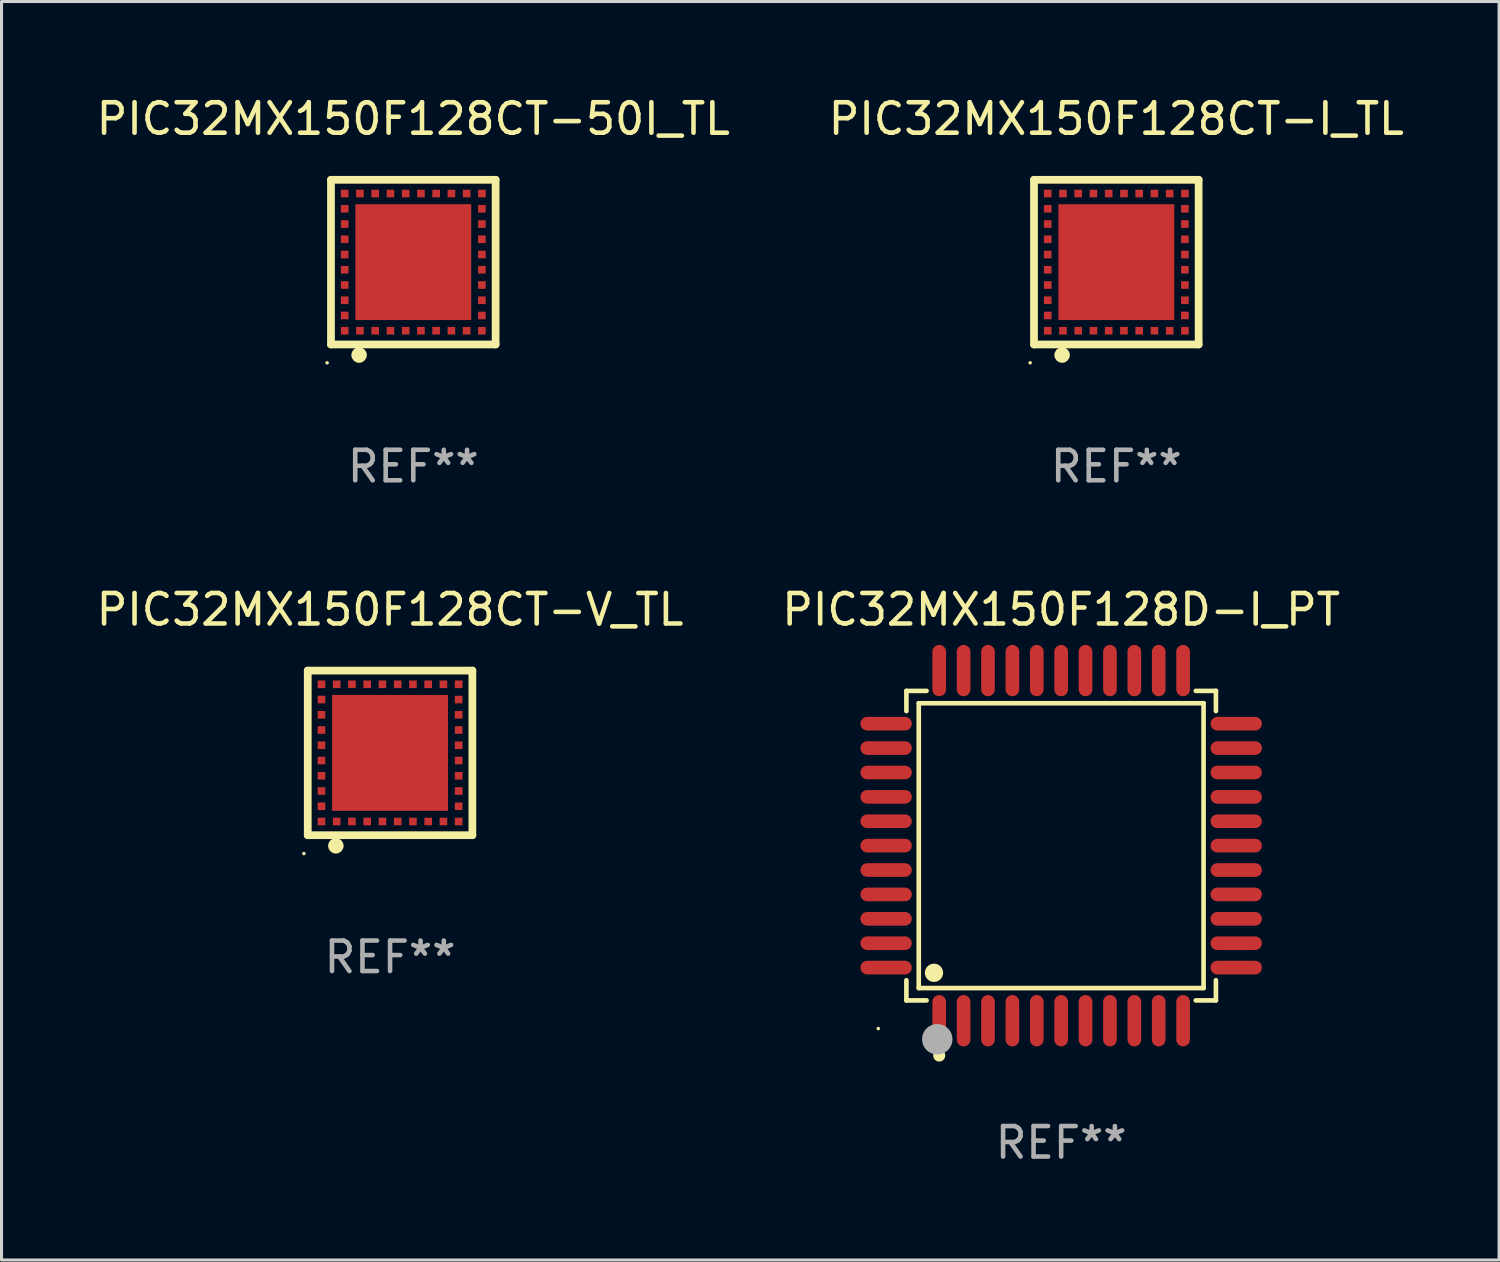
<source format=kicad_pcb>
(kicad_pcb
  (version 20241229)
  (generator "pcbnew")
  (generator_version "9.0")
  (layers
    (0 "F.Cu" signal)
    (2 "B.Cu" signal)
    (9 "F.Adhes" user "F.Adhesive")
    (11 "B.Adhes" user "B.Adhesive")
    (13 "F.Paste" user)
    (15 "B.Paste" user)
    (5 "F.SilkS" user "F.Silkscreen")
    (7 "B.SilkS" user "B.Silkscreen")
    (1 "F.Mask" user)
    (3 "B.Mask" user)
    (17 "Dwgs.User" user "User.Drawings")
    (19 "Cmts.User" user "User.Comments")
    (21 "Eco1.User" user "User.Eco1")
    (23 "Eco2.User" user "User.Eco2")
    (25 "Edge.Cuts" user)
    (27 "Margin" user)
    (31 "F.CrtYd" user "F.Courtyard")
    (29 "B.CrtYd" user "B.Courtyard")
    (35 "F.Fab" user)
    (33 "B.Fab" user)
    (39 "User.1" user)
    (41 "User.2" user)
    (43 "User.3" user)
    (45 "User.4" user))
  (footprint "PIC32MX150F128CT-I_TL"
    (layer "F.Cu")
    (at 33.565 5.548)
    (property "Reference" "PIC32MX150F128CT-I_TL" (at 0 -4.7 0) (layer "F.SilkS") (effects (font (size 1 1) (thickness 0.15))))
    (attr through_hole)
    (fp_line (start -2.7 -2.7) (end 2.7 -2.7) (stroke (width 0.254) (type solid)) (layer "F.SilkS"))
    (fp_line (start -2.7 2.7) (end -2.7 -2.7) (stroke (width 0.254) (type solid)) (layer "F.SilkS"))
    (fp_line (start 2.7 -2.7) (end 2.7 2.7) (stroke (width 0.254) (type solid)) (layer "F.SilkS"))
    (fp_line (start 2.7 2.7) (end -2.7 2.7) (stroke (width 0.254) (type solid)) (layer "F.SilkS"))
    (fp_circle (center -2.827 3.302) (end -2.797 3.302) (stroke (width 0.06) (type solid)) (fill no) (layer "F.SilkS"))
    (fp_circle (center -1.778 3.048) (end -1.651 3.048) (stroke (width 0.254) (type solid)) (fill no) (layer "F.SilkS"))
    (fp_text user "REF**" (at 0 6.7 0) (layer "F.Fab") (effects (font (size 1 1) (thickness 0.15))))
    (pad "1" smd rect (at -1.75 2.25) (size 0.25 0.25) (layers "F.Cu" "F.Mask" "F.Paste"))
    (pad "2" smd rect (at -1.25 2.25) (size 0.25 0.25) (layers "F.Cu" "F.Mask" "F.Paste"))
    (pad "3" smd rect (at -0.75 2.25) (size 0.25 0.25) (layers "F.Cu" "F.Mask" "F.Paste"))
    (pad "4" smd rect (at -0.25 2.25) (size 0.25 0.25) (layers "F.Cu" "F.Mask" "F.Paste"))
    (pad "5" smd rect (at 0.25 2.25) (size 0.25 0.25) (layers "F.Cu" "F.Mask" "F.Paste"))
    (pad "6" smd rect (at 0.75 2.25) (size 0.25 0.25) (layers "F.Cu" "F.Mask" "F.Paste"))
    (pad "7" smd rect (at 1.25 2.25) (size 0.25 0.25) (layers "F.Cu" "F.Mask" "F.Paste"))
    (pad "8" smd rect (at 1.75 2.25) (size 0.25 0.25) (layers "F.Cu" "F.Mask" "F.Paste"))
    (pad "9" smd rect (at 2.25 2.25) (size 0.25 0.25) (layers "F.Cu" "F.Mask" "F.Paste"))
    (pad "10" smd rect (at 2.25 1.75) (size 0.25 0.25) (layers "F.Cu" "F.Mask" "F.Paste"))
    (pad "11" smd rect (at 2.25 1.25) (size 0.25 0.25) (layers "F.Cu" "F.Mask" "F.Paste"))
    (pad "12" smd rect (at 2.25 0.75) (size 0.25 0.25) (layers "F.Cu" "F.Mask" "F.Paste"))
    (pad "13" smd rect (at 2.25 0.25) (size 0.25 0.25) (layers "F.Cu" "F.Mask" "F.Paste"))
    (pad "14" smd rect (at 2.25 -0.25) (size 0.25 0.25) (layers "F.Cu" "F.Mask" "F.Paste"))
    (pad "15" smd rect (at 2.25 -0.75) (size 0.25 0.25) (layers "F.Cu" "F.Mask" "F.Paste"))
    (pad "16" smd rect (at 2.25 -1.25) (size 0.25 0.25) (layers "F.Cu" "F.Mask" "F.Paste"))
    (pad "17" smd rect (at 2.25 -1.75) (size 0.25 0.25) (layers "F.Cu" "F.Mask" "F.Paste"))
    (pad "18" smd rect (at 2.25 -2.25) (size 0.25 0.25) (layers "F.Cu" "F.Mask" "F.Paste"))
    (pad "19" smd rect (at 1.75 -2.25) (size 0.25 0.25) (layers "F.Cu" "F.Mask" "F.Paste"))
    (pad "20" smd rect (at 1.25 -2.25) (size 0.25 0.25) (layers "F.Cu" "F.Mask" "F.Paste"))
    (pad "21" smd rect (at 0.75 -2.25) (size 0.25 0.25) (layers "F.Cu" "F.Mask" "F.Paste"))
    (pad "22" smd rect (at 0.25 -2.25) (size 0.25 0.25) (layers "F.Cu" "F.Mask" "F.Paste"))
    (pad "23" smd rect (at -0.25 -2.25) (size 0.25 0.25) (layers "F.Cu" "F.Mask" "F.Paste"))
    (pad "24" smd rect (at -0.75 -2.25) (size 0.25 0.25) (layers "F.Cu" "F.Mask" "F.Paste"))
    (pad "25" smd rect (at -1.25 -2.25) (size 0.25 0.25) (layers "F.Cu" "F.Mask" "F.Paste"))
    (pad "26" smd rect (at -1.75 -2.25) (size 0.25 0.25) (layers "F.Cu" "F.Mask" "F.Paste"))
    (pad "27" smd rect (at -2.25 -2.25) (size 0.25 0.25) (layers "F.Cu" "F.Mask" "F.Paste"))
    (pad "28" smd rect (at -2.25 -1.75) (size 0.25 0.25) (layers "F.Cu" "F.Mask" "F.Paste"))
    (pad "29" smd rect (at -2.25 -1.25) (size 0.25 0.25) (layers "F.Cu" "F.Mask" "F.Paste"))
    (pad "30" smd rect (at -2.25 -0.75) (size 0.25 0.25) (layers "F.Cu" "F.Mask" "F.Paste"))
    (pad "31" smd rect (at -2.25 -0.25) (size 0.25 0.25) (layers "F.Cu" "F.Mask" "F.Paste"))
    (pad "32" smd rect (at -2.25 0.25) (size 0.25 0.25) (layers "F.Cu" "F.Mask" "F.Paste"))
    (pad "33" smd rect (at -2.25 0.75) (size 0.25 0.25) (layers "F.Cu" "F.Mask" "F.Paste"))
    (pad "34" smd rect (at -2.25 1.25) (size 0.25 0.25) (layers "F.Cu" "F.Mask" "F.Paste"))
    (pad "35" smd rect (at -2.25 1.75) (size 0.25 0.25) (layers "F.Cu" "F.Mask" "F.Paste"))
    (pad "36" smd rect (at -2.25 2.25) (size 0.25 0.25) (layers "F.Cu" "F.Mask" "F.Paste"))
    (pad "37" smd rect (at 0.000127 -0.000076) (size 3.8 3.8) (layers "F.Cu" "F.Mask" "F.Paste")))
  (footprint "PIC32MX150F128CT-50I_TL"
    (layer "F.Cu")
    (at 10.506 5.548)
    (property "Reference" "PIC32MX150F128CT-50I_TL" (at 0 -4.7 0) (layer "F.SilkS") (effects (font (size 1 1) (thickness 0.15))))
    (attr through_hole)
    (fp_line (start -2.7 -2.7) (end 2.7 -2.7) (stroke (width 0.254) (type solid)) (layer "F.SilkS"))
    (fp_line (start -2.7 2.7) (end -2.7 -2.7) (stroke (width 0.254) (type solid)) (layer "F.SilkS"))
    (fp_line (start 2.7 -2.7) (end 2.7 2.7) (stroke (width 0.254) (type solid)) (layer "F.SilkS"))
    (fp_line (start 2.7 2.7) (end -2.7 2.7) (stroke (width 0.254) (type solid)) (layer "F.SilkS"))
    (fp_circle (center -2.827 3.302) (end -2.797 3.302) (stroke (width 0.06) (type solid)) (fill no) (layer "F.SilkS"))
    (fp_circle (center -1.778 3.048) (end -1.651 3.048) (stroke (width 0.254) (type solid)) (fill no) (layer "F.SilkS"))
    (fp_text user "REF**" (at 0 6.7 0) (layer "F.Fab") (effects (font (size 1 1) (thickness 0.15))))
    (pad "1" smd rect (at -1.75 2.25) (size 0.25 0.25) (layers "F.Cu" "F.Mask" "F.Paste"))
    (pad "2" smd rect (at -1.25 2.25) (size 0.25 0.25) (layers "F.Cu" "F.Mask" "F.Paste"))
    (pad "3" smd rect (at -0.75 2.25) (size 0.25 0.25) (layers "F.Cu" "F.Mask" "F.Paste"))
    (pad "4" smd rect (at -0.25 2.25) (size 0.25 0.25) (layers "F.Cu" "F.Mask" "F.Paste"))
    (pad "5" smd rect (at 0.25 2.25) (size 0.25 0.25) (layers "F.Cu" "F.Mask" "F.Paste"))
    (pad "6" smd rect (at 0.75 2.25) (size 0.25 0.25) (layers "F.Cu" "F.Mask" "F.Paste"))
    (pad "7" smd rect (at 1.25 2.25) (size 0.25 0.25) (layers "F.Cu" "F.Mask" "F.Paste"))
    (pad "8" smd rect (at 1.75 2.25) (size 0.25 0.25) (layers "F.Cu" "F.Mask" "F.Paste"))
    (pad "9" smd rect (at 2.25 2.25) (size 0.25 0.25) (layers "F.Cu" "F.Mask" "F.Paste"))
    (pad "10" smd rect (at 2.25 1.75) (size 0.25 0.25) (layers "F.Cu" "F.Mask" "F.Paste"))
    (pad "11" smd rect (at 2.25 1.25) (size 0.25 0.25) (layers "F.Cu" "F.Mask" "F.Paste"))
    (pad "12" smd rect (at 2.25 0.75) (size 0.25 0.25) (layers "F.Cu" "F.Mask" "F.Paste"))
    (pad "13" smd rect (at 2.25 0.25) (size 0.25 0.25) (layers "F.Cu" "F.Mask" "F.Paste"))
    (pad "14" smd rect (at 2.25 -0.25) (size 0.25 0.25) (layers "F.Cu" "F.Mask" "F.Paste"))
    (pad "15" smd rect (at 2.25 -0.75) (size 0.25 0.25) (layers "F.Cu" "F.Mask" "F.Paste"))
    (pad "16" smd rect (at 2.25 -1.25) (size 0.25 0.25) (layers "F.Cu" "F.Mask" "F.Paste"))
    (pad "17" smd rect (at 2.25 -1.75) (size 0.25 0.25) (layers "F.Cu" "F.Mask" "F.Paste"))
    (pad "18" smd rect (at 2.25 -2.25) (size 0.25 0.25) (layers "F.Cu" "F.Mask" "F.Paste"))
    (pad "19" smd rect (at 1.75 -2.25) (size 0.25 0.25) (layers "F.Cu" "F.Mask" "F.Paste"))
    (pad "20" smd rect (at 1.25 -2.25) (size 0.25 0.25) (layers "F.Cu" "F.Mask" "F.Paste"))
    (pad "21" smd rect (at 0.75 -2.25) (size 0.25 0.25) (layers "F.Cu" "F.Mask" "F.Paste"))
    (pad "22" smd rect (at 0.25 -2.25) (size 0.25 0.25) (layers "F.Cu" "F.Mask" "F.Paste"))
    (pad "23" smd rect (at -0.25 -2.25) (size 0.25 0.25) (layers "F.Cu" "F.Mask" "F.Paste"))
    (pad "24" smd rect (at -0.75 -2.25) (size 0.25 0.25) (layers "F.Cu" "F.Mask" "F.Paste"))
    (pad "25" smd rect (at -1.25 -2.25) (size 0.25 0.25) (layers "F.Cu" "F.Mask" "F.Paste"))
    (pad "26" smd rect (at -1.75 -2.25) (size 0.25 0.25) (layers "F.Cu" "F.Mask" "F.Paste"))
    (pad "27" smd rect (at -2.25 -2.25) (size 0.25 0.25) (layers "F.Cu" "F.Mask" "F.Paste"))
    (pad "28" smd rect (at -2.25 -1.75) (size 0.25 0.25) (layers "F.Cu" "F.Mask" "F.Paste"))
    (pad "29" smd rect (at -2.25 -1.25) (size 0.25 0.25) (layers "F.Cu" "F.Mask" "F.Paste"))
    (pad "30" smd rect (at -2.25 -0.75) (size 0.25 0.25) (layers "F.Cu" "F.Mask" "F.Paste"))
    (pad "31" smd rect (at -2.25 -0.25) (size 0.25 0.25) (layers "F.Cu" "F.Mask" "F.Paste"))
    (pad "32" smd rect (at -2.25 0.25) (size 0.25 0.25) (layers "F.Cu" "F.Mask" "F.Paste"))
    (pad "33" smd rect (at -2.25 0.75) (size 0.25 0.25) (layers "F.Cu" "F.Mask" "F.Paste"))
    (pad "34" smd rect (at -2.25 1.25) (size 0.25 0.25) (layers "F.Cu" "F.Mask" "F.Paste"))
    (pad "35" smd rect (at -2.25 1.75) (size 0.25 0.25) (layers "F.Cu" "F.Mask" "F.Paste"))
    (pad "36" smd rect (at -2.25 2.25) (size 0.25 0.25) (layers "F.Cu" "F.Mask" "F.Paste"))
    (pad "37" smd rect (at 0.000127 -0.000076) (size 3.8 3.8) (layers "F.Cu" "F.Mask" "F.Paste")))
  (footprint "PIC32MX150F128D-I_PT"
    (layer "F.Cu")
    (at 31.756 24.687)
    (property "Reference" "PIC32MX150F128D-I_PT" (at 0 -7.742 0) (layer "F.SilkS") (effects (font (size 1 1) (thickness 0.15))))
    (attr through_hole)
    (fp_line (start -5.076 -5.076) (end -4.415 -5.076) (stroke (width 0.152) (type solid)) (layer "F.SilkS"))
    (fp_line (start -5.076 -4.415) (end -5.076 -5.076) (stroke (width 0.152) (type solid)) (layer "F.SilkS"))
    (fp_line (start -5.076 4.415) (end -5.076 5.076) (stroke (width 0.152) (type solid)) (layer "F.SilkS"))
    (fp_line (start -5.076 5.076) (end -4.415 5.076) (stroke (width 0.152) (type solid)) (layer "F.SilkS"))
    (fp_line (start -4.671 -4.671) (end 4.671 -4.671) (stroke (width 0.152) (type solid)) (layer "F.SilkS"))
    (fp_line (start -4.671 4.671) (end -4.671 -4.671) (stroke (width 0.152) (type solid)) (layer "F.SilkS"))
    (fp_line (start 4.671 -4.671) (end 4.671 4.671) (stroke (width 0.152) (type solid)) (layer "F.SilkS"))
    (fp_line (start 4.671 4.671) (end -4.671 4.671) (stroke (width 0.152) (type solid)) (layer "F.SilkS"))
    (fp_line (start 5.076 -5.076) (end 4.415 -5.076) (stroke (width 0.152) (type solid)) (layer "F.SilkS"))
    (fp_line (start 5.076 -4.415) (end 5.076 -5.076) (stroke (width 0.152) (type solid)) (layer "F.SilkS"))
    (fp_line (start 5.076 4.415) (end 5.076 5.076) (stroke (width 0.152) (type solid)) (layer "F.SilkS"))
    (fp_line (start 5.076 5.076) (end 4.415 5.076) (stroke (width 0.152) (type solid)) (layer "F.SilkS"))
    (fp_circle (center -6 6) (end -5.97 6) (stroke (width 0.06) (type solid)) (fill no) (layer "F.SilkS"))
    (fp_circle (center -4.171 4.171) (end -4.021 4.171) (stroke (width 0.3) (type solid)) (fill no) (layer "F.SilkS"))
    (fp_circle (center -4 6.884) (end -3.9 6.884) (stroke (width 0.2) (type solid)) (fill no) (layer "F.SilkS"))
    (fp_circle (center -4.064 6.35) (end -3.814 6.35) (stroke (width 0.5) (type solid)) (fill no) (layer "F.Fab"))
    (fp_text user "REF**" (at 0 9.742 0) (layer "F.Fab") (effects (font (size 1 1) (thickness 0.15))))
    (pad "1" smd oval (at -4 5.742) (size 0.448 1.684) (layers "F.Cu" "F.Mask" "F.Paste"))
    (pad "2" smd oval (at -3.2 5.742) (size 0.448 1.684) (layers "F.Cu" "F.Mask" "F.Paste"))
    (pad "3" smd oval (at -2.4 5.742) (size 0.448 1.684) (layers "F.Cu" "F.Mask" "F.Paste"))
    (pad "4" smd oval (at -1.6 5.742) (size 0.448 1.684) (layers "F.Cu" "F.Mask" "F.Paste"))
    (pad "5" smd oval (at -0.8 5.742) (size 0.448 1.684) (layers "F.Cu" "F.Mask" "F.Paste"))
    (pad "6" smd oval (at 0 5.742) (size 0.448 1.684) (layers "F.Cu" "F.Mask" "F.Paste"))
    (pad "7" smd oval (at 0.8 5.742) (size 0.448 1.684) (layers "F.Cu" "F.Mask" "F.Paste"))
    (pad "8" smd oval (at 1.6 5.742) (size 0.448 1.684) (layers "F.Cu" "F.Mask" "F.Paste"))
    (pad "9" smd oval (at 2.4 5.742) (size 0.448 1.684) (layers "F.Cu" "F.Mask" "F.Paste"))
    (pad "10" smd oval (at 3.2 5.742) (size 0.448 1.684) (layers "F.Cu" "F.Mask" "F.Paste"))
    (pad "11" smd oval (at 4 5.742) (size 0.448 1.684) (layers "F.Cu" "F.Mask" "F.Paste"))
    (pad "12" smd oval (at 5.742 4) (size 1.684 0.448) (layers "F.Cu" "F.Mask" "F.Paste"))
    (pad "13" smd oval (at 5.742 3.2) (size 1.684 0.448) (layers "F.Cu" "F.Mask" "F.Paste"))
    (pad "14" smd oval (at 5.742 2.4) (size 1.684 0.448) (layers "F.Cu" "F.Mask" "F.Paste"))
    (pad "15" smd oval (at 5.742 1.6) (size 1.684 0.448) (layers "F.Cu" "F.Mask" "F.Paste"))
    (pad "16" smd oval (at 5.742 0.8) (size 1.684 0.448) (layers "F.Cu" "F.Mask" "F.Paste"))
    (pad "17" smd oval (at 5.742 0) (size 1.684 0.448) (layers "F.Cu" "F.Mask" "F.Paste"))
    (pad "18" smd oval (at 5.742 -0.8) (size 1.684 0.448) (layers "F.Cu" "F.Mask" "F.Paste"))
    (pad "19" smd oval (at 5.742 -1.6) (size 1.684 0.448) (layers "F.Cu" "F.Mask" "F.Paste"))
    (pad "20" smd oval (at 5.742 -2.4) (size 1.684 0.448) (layers "F.Cu" "F.Mask" "F.Paste"))
    (pad "21" smd oval (at 5.742 -3.2) (size 1.684 0.448) (layers "F.Cu" "F.Mask" "F.Paste"))
    (pad "22" smd oval (at 5.742 -4) (size 1.684 0.448) (layers "F.Cu" "F.Mask" "F.Paste"))
    (pad "23" smd oval (at 4 -5.742) (size 0.448 1.684) (layers "F.Cu" "F.Mask" "F.Paste"))
    (pad "24" smd oval (at 3.2 -5.742) (size 0.448 1.684) (layers "F.Cu" "F.Mask" "F.Paste"))
    (pad "25" smd oval (at 2.4 -5.742) (size 0.448 1.684) (layers "F.Cu" "F.Mask" "F.Paste"))
    (pad "26" smd oval (at 1.6 -5.742) (size 0.448 1.684) (layers "F.Cu" "F.Mask" "F.Paste"))
    (pad "27" smd oval (at 0.8 -5.742) (size 0.448 1.684) (layers "F.Cu" "F.Mask" "F.Paste"))
    (pad "28" smd oval (at 0 -5.742) (size 0.448 1.684) (layers "F.Cu" "F.Mask" "F.Paste"))
    (pad "29" smd oval (at -0.8 -5.742) (size 0.448 1.684) (layers "F.Cu" "F.Mask" "F.Paste"))
    (pad "30" smd oval (at -1.6 -5.742) (size 0.448 1.684) (layers "F.Cu" "F.Mask" "F.Paste"))
    (pad "31" smd oval (at -2.4 -5.742) (size 0.448 1.684) (layers "F.Cu" "F.Mask" "F.Paste"))
    (pad "32" smd oval (at -3.2 -5.742) (size 0.448 1.684) (layers "F.Cu" "F.Mask" "F.Paste"))
    (pad "33" smd oval (at -4 -5.742) (size 0.448 1.684) (layers "F.Cu" "F.Mask" "F.Paste"))
    (pad "34" smd oval (at -5.742 -4) (size 1.684 0.448) (layers "F.Cu" "F.Mask" "F.Paste"))
    (pad "35" smd oval (at -5.742 -3.2) (size 1.684 0.448) (layers "F.Cu" "F.Mask" "F.Paste"))
    (pad "36" smd oval (at -5.742 -2.4) (size 1.684 0.448) (layers "F.Cu" "F.Mask" "F.Paste"))
    (pad "37" smd oval (at -5.742 -1.6) (size 1.684 0.448) (layers "F.Cu" "F.Mask" "F.Paste"))
    (pad "38" smd oval (at -5.742 -0.8) (size 1.684 0.448) (layers "F.Cu" "F.Mask" "F.Paste"))
    (pad "39" smd oval (at -5.742 0) (size 1.684 0.448) (layers "F.Cu" "F.Mask" "F.Paste"))
    (pad "40" smd oval (at -5.742 0.8) (size 1.684 0.448) (layers "F.Cu" "F.Mask" "F.Paste"))
    (pad "41" smd oval (at -5.742 1.6) (size 1.684 0.448) (layers "F.Cu" "F.Mask" "F.Paste"))
    (pad "42" smd oval (at -5.742 2.4) (size 1.684 0.448) (layers "F.Cu" "F.Mask" "F.Paste"))
    (pad "43" smd oval (at -5.742 3.2) (size 1.684 0.448) (layers "F.Cu" "F.Mask" "F.Paste"))
    (pad "44" smd oval (at -5.742 4) (size 1.684 0.448) (layers "F.Cu" "F.Mask" "F.Paste")))
  (footprint "PIC32MX150F128CT-V_TL"
    (layer "F.Cu")
    (at 9.744 21.645)
    (property "Reference" "PIC32MX150F128CT-V_TL" (at 0 -4.7 0) (layer "F.SilkS") (effects (font (size 1 1) (thickness 0.15))))
    (attr through_hole)
    (fp_line (start -2.7 -2.7) (end 2.7 -2.7) (stroke (width 0.254) (type solid)) (layer "F.SilkS"))
    (fp_line (start -2.7 2.7) (end -2.7 -2.7) (stroke (width 0.254) (type solid)) (layer "F.SilkS"))
    (fp_line (start 2.7 -2.7) (end 2.7 2.7) (stroke (width 0.254) (type solid)) (layer "F.SilkS"))
    (fp_line (start 2.7 2.7) (end -2.7 2.7) (stroke (width 0.254) (type solid)) (layer "F.SilkS"))
    (fp_circle (center -2.827 3.302) (end -2.797 3.302) (stroke (width 0.06) (type solid)) (fill no) (layer "F.SilkS"))
    (fp_circle (center -1.778 3.048) (end -1.651 3.048) (stroke (width 0.254) (type solid)) (fill no) (layer "F.SilkS"))
    (fp_text user "REF**" (at 0 6.7 0) (layer "F.Fab") (effects (font (size 1 1) (thickness 0.15))))
    (pad "1" smd rect (at -1.75 2.25) (size 0.25 0.25) (layers "F.Cu" "F.Mask" "F.Paste"))
    (pad "2" smd rect (at -1.25 2.25) (size 0.25 0.25) (layers "F.Cu" "F.Mask" "F.Paste"))
    (pad "3" smd rect (at -0.75 2.25) (size 0.25 0.25) (layers "F.Cu" "F.Mask" "F.Paste"))
    (pad "4" smd rect (at -0.25 2.25) (size 0.25 0.25) (layers "F.Cu" "F.Mask" "F.Paste"))
    (pad "5" smd rect (at 0.25 2.25) (size 0.25 0.25) (layers "F.Cu" "F.Mask" "F.Paste"))
    (pad "6" smd rect (at 0.75 2.25) (size 0.25 0.25) (layers "F.Cu" "F.Mask" "F.Paste"))
    (pad "7" smd rect (at 1.25 2.25) (size 0.25 0.25) (layers "F.Cu" "F.Mask" "F.Paste"))
    (pad "8" smd rect (at 1.75 2.25) (size 0.25 0.25) (layers "F.Cu" "F.Mask" "F.Paste"))
    (pad "9" smd rect (at 2.25 2.25) (size 0.25 0.25) (layers "F.Cu" "F.Mask" "F.Paste"))
    (pad "10" smd rect (at 2.25 1.75) (size 0.25 0.25) (layers "F.Cu" "F.Mask" "F.Paste"))
    (pad "11" smd rect (at 2.25 1.25) (size 0.25 0.25) (layers "F.Cu" "F.Mask" "F.Paste"))
    (pad "12" smd rect (at 2.25 0.75) (size 0.25 0.25) (layers "F.Cu" "F.Mask" "F.Paste"))
    (pad "13" smd rect (at 2.25 0.25) (size 0.25 0.25) (layers "F.Cu" "F.Mask" "F.Paste"))
    (pad "14" smd rect (at 2.25 -0.25) (size 0.25 0.25) (layers "F.Cu" "F.Mask" "F.Paste"))
    (pad "15" smd rect (at 2.25 -0.75) (size 0.25 0.25) (layers "F.Cu" "F.Mask" "F.Paste"))
    (pad "16" smd rect (at 2.25 -1.25) (size 0.25 0.25) (layers "F.Cu" "F.Mask" "F.Paste"))
    (pad "17" smd rect (at 2.25 -1.75) (size 0.25 0.25) (layers "F.Cu" "F.Mask" "F.Paste"))
    (pad "18" smd rect (at 2.25 -2.25) (size 0.25 0.25) (layers "F.Cu" "F.Mask" "F.Paste"))
    (pad "19" smd rect (at 1.75 -2.25) (size 0.25 0.25) (layers "F.Cu" "F.Mask" "F.Paste"))
    (pad "20" smd rect (at 1.25 -2.25) (size 0.25 0.25) (layers "F.Cu" "F.Mask" "F.Paste"))
    (pad "21" smd rect (at 0.75 -2.25) (size 0.25 0.25) (layers "F.Cu" "F.Mask" "F.Paste"))
    (pad "22" smd rect (at 0.25 -2.25) (size 0.25 0.25) (layers "F.Cu" "F.Mask" "F.Paste"))
    (pad "23" smd rect (at -0.25 -2.25) (size 0.25 0.25) (layers "F.Cu" "F.Mask" "F.Paste"))
    (pad "24" smd rect (at -0.75 -2.25) (size 0.25 0.25) (layers "F.Cu" "F.Mask" "F.Paste"))
    (pad "25" smd rect (at -1.25 -2.25) (size 0.25 0.25) (layers "F.Cu" "F.Mask" "F.Paste"))
    (pad "26" smd rect (at -1.75 -2.25) (size 0.25 0.25) (layers "F.Cu" "F.Mask" "F.Paste"))
    (pad "27" smd rect (at -2.25 -2.25) (size 0.25 0.25) (layers "F.Cu" "F.Mask" "F.Paste"))
    (pad "28" smd rect (at -2.25 -1.75) (size 0.25 0.25) (layers "F.Cu" "F.Mask" "F.Paste"))
    (pad "29" smd rect (at -2.25 -1.25) (size 0.25 0.25) (layers "F.Cu" "F.Mask" "F.Paste"))
    (pad "30" smd rect (at -2.25 -0.75) (size 0.25 0.25) (layers "F.Cu" "F.Mask" "F.Paste"))
    (pad "31" smd rect (at -2.25 -0.25) (size 0.25 0.25) (layers "F.Cu" "F.Mask" "F.Paste"))
    (pad "32" smd rect (at -2.25 0.25) (size 0.25 0.25) (layers "F.Cu" "F.Mask" "F.Paste"))
    (pad "33" smd rect (at -2.25 0.75) (size 0.25 0.25) (layers "F.Cu" "F.Mask" "F.Paste"))
    (pad "34" smd rect (at -2.25 1.25) (size 0.25 0.25) (layers "F.Cu" "F.Mask" "F.Paste"))
    (pad "35" smd rect (at -2.25 1.75) (size 0.25 0.25) (layers "F.Cu" "F.Mask" "F.Paste"))
    (pad "36" smd rect (at -2.25 2.25) (size 0.25 0.25) (layers "F.Cu" "F.Mask" "F.Paste"))
    (pad "37" smd rect (at 0.000127 -0.000076) (size 3.8 3.8) (layers "F.Cu" "F.Mask" "F.Paste")))
  (gr_rect
    (start -3 -3)
    (end 46.119 38.277)
    (stroke (width 0.1) (type default))
    (fill no)
    (layer "Edge.Cuts")))
</source>
